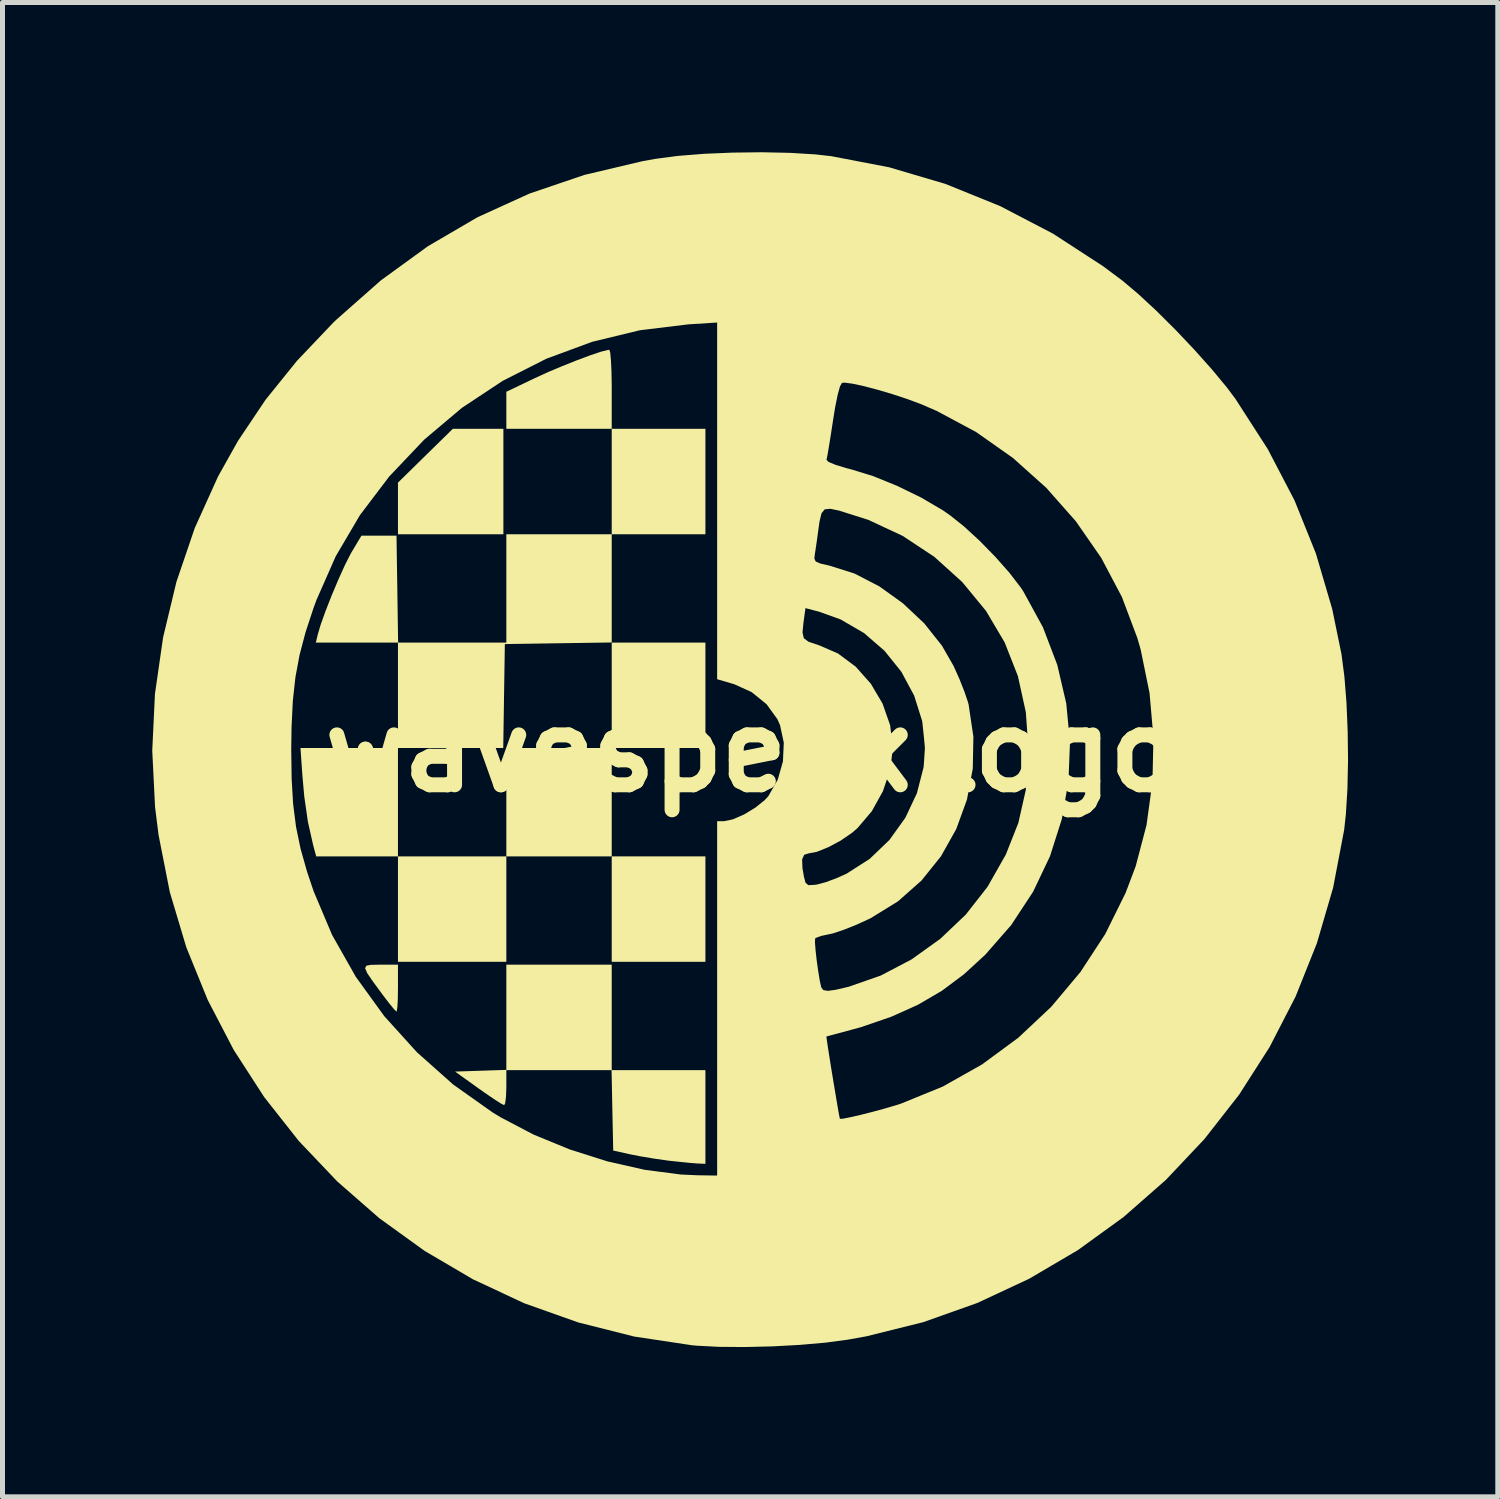
<source format=kicad_pcb>
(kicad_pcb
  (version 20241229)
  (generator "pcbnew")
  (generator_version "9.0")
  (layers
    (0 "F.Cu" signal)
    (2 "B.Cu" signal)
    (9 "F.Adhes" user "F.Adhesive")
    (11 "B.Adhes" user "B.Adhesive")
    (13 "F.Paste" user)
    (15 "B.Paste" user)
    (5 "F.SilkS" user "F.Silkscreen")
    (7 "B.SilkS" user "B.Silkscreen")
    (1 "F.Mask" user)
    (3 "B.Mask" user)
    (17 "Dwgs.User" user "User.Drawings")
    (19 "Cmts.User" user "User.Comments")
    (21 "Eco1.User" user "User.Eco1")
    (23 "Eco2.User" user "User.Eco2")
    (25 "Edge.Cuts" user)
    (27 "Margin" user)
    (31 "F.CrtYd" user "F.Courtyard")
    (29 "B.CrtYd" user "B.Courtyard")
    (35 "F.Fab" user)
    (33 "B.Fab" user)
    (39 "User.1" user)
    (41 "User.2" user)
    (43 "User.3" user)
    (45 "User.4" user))
  (footprint "wavespeakLogo"
    (layer "F.Cu")
    (at 12.02 11.993)
    (property "Reference" "wavespeakLogo" (at 0 0 0) (layer "F.SilkS") (effects (font (size 1.5 1.5) (thickness 0.3))))
    (attr board_only exclude_from_pos_files exclude_from_bom)
    (fp_poly (pts (xy -0.939 3.168) (xy -0.939 4.224) (xy -1.877 4.224) (xy -2.816 4.224) (xy -2.816 3.168) (xy -2.816 2.112) (xy -1.877 2.112) (xy -0.939 2.112)) (stroke (width 0) (type solid)) (fill yes) (layer "F.SilkS"))
    (fp_poly (pts (xy -4.986 -5.397) (xy -4.986 -4.341) (xy -6.042 -4.341) (xy -7.098 -4.341) (xy -7.098 -4.858) (xy -7.098 -5.375) (xy -6.549 -5.914) (xy -5.999 -6.453) (xy -5.493 -6.453) (xy -4.986 -6.453)) (stroke (width 0) (type solid)) (fill yes) (layer "F.SilkS"))
    (fp_poly (pts (xy -7.452 4.282) (xy -7.098 4.282) (xy -7.098 4.752) (xy -7.101 4.969) (xy -7.11 5.134) (xy -7.123 5.216) (xy -7.127 5.221) (xy -7.174 5.177) (xy -7.269 5.061) (xy -7.396 4.896) (xy -7.426 4.855) (xy -7.603 4.614) (xy -7.713 4.452) (xy -7.756 4.353) (xy -7.733 4.303) (xy -7.645 4.285) (xy -7.493 4.282)) (stroke (width 0) (type solid)) (fill yes) (layer "F.SilkS"))
    (fp_poly (pts (xy -2.846 -7.981) (xy -2.832 -7.83) (xy -2.821 -7.605) (xy -2.816 -7.326) (xy -2.816 -7.245) (xy -2.816 -6.453) (xy -3.872 -6.453) (xy -4.927 -6.453) (xy -4.927 -6.824) (xy -4.927 -7.195) (xy -4.356 -7.468) (xy -4.094 -7.588) (xy -3.807 -7.709) (xy -3.518 -7.824) (xy -3.253 -7.923) (xy -3.037 -7.996) (xy -2.893 -8.033) (xy -2.864 -8.036)) (stroke (width 0) (type solid)) (fill yes) (layer "F.SilkS"))
    (fp_poly (pts (xy -2.816 5.338) (xy -2.816 6.394) (xy -1.877 6.394) (xy -0.939 6.394) (xy -0.939 7.333) (xy -0.939 8.271) (xy -1.1 8.264) (xy -1.24 8.253) (xy -1.451 8.232) (xy -1.675 8.208) (xy -1.952 8.169) (xy -2.245 8.12) (xy -2.438 8.082) (xy -2.786 8.005) (xy -2.803 7.199) (xy -2.819 6.394) (xy -3.873 6.394) (xy -4.927 6.394) (xy -4.927 6.746) (xy -4.934 6.931) (xy -4.951 7.058) (xy -4.971 7.096) (xy -5.035 7.063) (xy -5.171 6.976) (xy -5.356 6.85) (xy -5.485 6.759) (xy -5.954 6.423) (xy -5.441 6.406) (xy -4.927 6.389) (xy -4.927 5.336) (xy -4.927 4.282) (xy -3.872 4.282) (xy -2.816 4.282)) (stroke (width 0) (type solid)) (fill yes) (layer "F.SilkS"))
    (fp_poly (pts (xy -0.939 -5.397) (xy -0.939 -4.341) (xy -1.877 -4.341) (xy -2.816 -4.341) (xy -2.816 -3.256) (xy -2.816 -2.173) (xy -3.886 -2.157) (xy -4.957 -2.141) (xy -4.973 -1.1) (xy -4.989 -0.059) (xy -6.043 -0.059) (xy -7.098 -0.059) (xy -7.098 1.027) (xy -7.098 2.112) (xy -6.013 2.112) (xy -4.927 2.112) (xy -4.927 1.027) (xy -4.927 -0.059) (xy -3.872 -0.059) (xy -2.816 -0.059) (xy -2.816 -1.116) (xy -2.816 -2.17) (xy -1.877 -2.17) (xy -0.939 -2.17) (xy -0.939 -1.115) (xy -0.939 -0.059) (xy -1.877 -0.059) (xy -2.816 -0.059) (xy -2.816 1.027) (xy -2.816 2.112) (xy -3.872 2.112) (xy -4.927 2.112) (xy -4.927 3.168) (xy -4.927 4.224) (xy -6.013 4.224) (xy -7.098 4.224) (xy -7.098 3.168) (xy -7.098 2.112) (xy -7.917 2.112) (xy -8.736 2.112) (xy -8.797 1.886) (xy -8.902 1.42) (xy -8.975 0.91) (xy -9.012 0.496) (xy -9.051 -0.059) (xy -8.074 -0.059) (xy -7.098 -0.059) (xy -7.098 -1.115) (xy -7.098 -2.17) (xy -7.92 -2.17) (xy -8.743 -2.17) (xy -8.705 -2.332) (xy -8.645 -2.533) (xy -8.547 -2.806) (xy -8.425 -3.117) (xy -8.292 -3.432) (xy -8.163 -3.718) (xy -8.051 -3.94) (xy -8.022 -3.99) (xy -7.83 -4.312) (xy -7.479 -4.312) (xy -7.127 -4.312) (xy -7.111 -3.241) (xy -7.095 -2.17) (xy -6.011 -2.17) (xy -4.927 -2.17) (xy -4.927 -3.256) (xy -4.927 -4.341) (xy -3.872 -4.341) (xy -2.816 -4.341) (xy -2.816 -5.397) (xy -2.816 -6.453) (xy -1.877 -6.453) (xy -0.939 -6.453)) (stroke (width 0) (type solid)) (fill yes) (layer "F.SilkS"))
    (fp_poly (pts (xy 0.758 -11.981) (xy 1.265 -11.95) (xy 1.584 -11.914) (xy 2.741 -11.692) (xy 3.871 -11.358) (xy 4.966 -10.914) (xy 6.021 -10.364) (xy 7.026 -9.711) (xy 7.421 -9.416) (xy 7.735 -9.151) (xy 8.095 -8.817) (xy 8.476 -8.438) (xy 8.853 -8.04) (xy 9.204 -7.647) (xy 9.505 -7.284) (xy 9.679 -7.052) (xy 10.326 -6.047) (xy 10.862 -5.019) (xy 11.29 -3.956) (xy 11.616 -2.848) (xy 11.803 -1.938) (xy 11.861 -1.491) (xy 11.903 -0.964) (xy 11.927 -0.391) (xy 11.934 0.194) (xy 11.922 0.758) (xy 11.891 1.265) (xy 11.856 1.584) (xy 11.635 2.741) (xy 11.309 3.855) (xy 10.883 4.921) (xy 10.362 5.933) (xy 9.752 6.886) (xy 9.057 7.775) (xy 8.284 8.594) (xy 7.437 9.337) (xy 6.523 9.999) (xy 5.545 10.574) (xy 4.511 11.057) (xy 3.424 11.443) (xy 2.291 11.725) (xy 1.91 11.794) (xy 1.466 11.853) (xy 0.95 11.898) (xy 0.398 11.928) (xy -0.154 11.941) (xy -0.67 11.937) (xy -1.115 11.914) (xy -1.203 11.906) (xy -2.365 11.731) (xy -3.488 11.448) (xy -4.566 11.065) (xy -5.592 10.586) (xy -6.563 10.016) (xy -7.472 9.36) (xy -8.314 8.624) (xy -9.084 7.814) (xy -9.777 6.935) (xy -10.387 5.991) (xy -10.909 4.988) (xy -11.338 3.933) (xy -11.668 2.829) (xy -11.894 1.682) (xy -11.964 1.123) (xy -12.02 -0.005) (xy -12.019 -0.029) (xy -9.236 -0.029) (xy -9.228 0.558) (xy -9.198 1.063) (xy -9.14 1.519) (xy -9.049 1.959) (xy -8.92 2.416) (xy -8.788 2.809) (xy -8.417 3.687) (xy -7.942 4.525) (xy -7.373 5.312) (xy -6.719 6.035) (xy -5.991 6.683) (xy -5.198 7.244) (xy -5.045 7.337) (xy -4.382 7.685) (xy -3.659 7.982) (xy -2.906 8.221) (xy -2.154 8.391) (xy -1.432 8.485) (xy -1.1 8.5) (xy -0.704 8.506) (xy -0.704 5.72) (xy 1.485 5.72) (xy 1.491 5.774) (xy 1.512 5.919) (xy 1.545 6.13) (xy 1.585 6.381) (xy 1.629 6.647) (xy 1.672 6.904) (xy 1.709 7.126) (xy 1.738 7.289) (xy 1.754 7.366) (xy 1.755 7.369) (xy 1.815 7.367) (xy 1.961 7.338) (xy 2.167 7.291) (xy 2.404 7.231) (xy 2.647 7.165) (xy 2.869 7.1) (xy 2.979 7.065) (xy 3.816 6.723) (xy 4.602 6.28) (xy 5.329 5.745) (xy 5.989 5.125) (xy 6.572 4.43) (xy 7.071 3.667) (xy 7.478 2.844) (xy 7.68 2.31) (xy 7.897 1.486) (xy 8.016 0.62) (xy 8.036 -0.269) (xy 7.958 -1.158) (xy 7.781 -2.027) (xy 7.715 -2.258) (xy 7.404 -3.084) (xy 6.99 -3.868) (xy 6.482 -4.6) (xy 5.889 -5.271) (xy 5.22 -5.87) (xy 4.486 -6.387) (xy 3.695 -6.811) (xy 3.385 -6.945) (xy 3.114 -7.046) (xy 2.816 -7.145) (xy 2.516 -7.234) (xy 2.239 -7.307) (xy 2.009 -7.357) (xy 1.85 -7.378) (xy 1.797 -7.373) (xy 1.757 -7.304) (xy 1.71 -7.134) (xy 1.659 -6.88) (xy 1.617 -6.62) (xy 1.574 -6.338) (xy 1.535 -6.097) (xy 1.505 -5.92) (xy 1.487 -5.834) (xy 1.486 -5.832) (xy 1.528 -5.789) (xy 1.666 -5.732) (xy 1.882 -5.666) (xy 1.977 -5.642) (xy 2.422 -5.505) (xy 2.906 -5.308) (xy 3.386 -5.074) (xy 3.815 -4.822) (xy 3.956 -4.725) (xy 4.243 -4.496) (xy 4.558 -4.206) (xy 4.872 -3.885) (xy 5.155 -3.564) (xy 5.379 -3.272) (xy 5.427 -3.2) (xy 5.822 -2.478) (xy 6.109 -1.726) (xy 6.289 -0.955) (xy 6.364 -0.176) (xy 6.334 0.602) (xy 6.2 1.368) (xy 5.963 2.111) (xy 5.625 2.821) (xy 5.187 3.487) (xy 4.668 4.081) (xy 4.24 4.474) (xy 3.797 4.805) (xy 3.318 5.085) (xy 2.783 5.325) (xy 2.172 5.535) (xy 1.485 5.72) (xy -0.704 5.72) (xy -0.704 4.957) (xy -0.704 2.173) (xy 0.998 2.173) (xy 1.005 2.348) (xy 1.035 2.521) (xy 1.067 2.642) (xy 1.123 2.688) (xy 1.242 2.683) (xy 1.304 2.674) (xy 1.479 2.627) (xy 1.704 2.542) (xy 1.893 2.456) (xy 2.352 2.162) (xy 2.747 1.783) (xy 3.066 1.339) (xy 3.298 0.846) (xy 3.432 0.324) (xy 3.461 -0.059) (xy 3.404 -0.596) (xy 3.242 -1.11) (xy 2.986 -1.586) (xy 2.647 -2.008) (xy 2.236 -2.363) (xy 1.766 -2.636) (xy 1.339 -2.789) (xy 1.065 -2.861) (xy 1.025 -2.569) (xy 1.006 -2.374) (xy 1.032 -2.258) (xy 1.127 -2.187) (xy 1.312 -2.126) (xy 1.32 -2.124) (xy 1.716 -1.953) (xy 2.073 -1.687) (xy 2.375 -1.346) (xy 2.609 -0.95) (xy 2.761 -0.516) (xy 2.816 -0.066) (xy 2.816 -0.058) (xy 2.763 0.373) (xy 2.617 0.806) (xy 2.394 1.208) (xy 2.109 1.544) (xy 2.002 1.637) (xy 1.772 1.795) (xy 1.524 1.928) (xy 1.295 2.02) (xy 1.129 2.052) (xy 1.039 2.08) (xy 0.998 2.173) (xy -0.704 2.173) (xy -0.704 1.408) (xy -0.569 1.408) (xy -0.388 1.37) (xy -0.164 1.272) (xy 0.062 1.135) (xy 0.251 0.983) (xy 0.322 0.905) (xy 0.51 0.576) (xy 0.614 0.209) (xy 0.631 -0.166) (xy 0.556 -0.516) (xy 0.503 -0.636) (xy 0.286 -0.936) (xy -0.012 -1.178) (xy -0.36 -1.336) (xy -0.364 -1.337) (xy -0.704 -1.437) (xy -0.704 -3.856) (xy 1.243 -3.856) (xy 1.27 -3.795) (xy 1.361 -3.755) (xy 1.542 -3.713) (xy 1.544 -3.713) (xy 2.047 -3.554) (xy 2.546 -3.296) (xy 3.018 -2.957) (xy 3.444 -2.556) (xy 3.799 -2.109) (xy 4.033 -1.701) (xy 4.148 -1.444) (xy 4.248 -1.192) (xy 4.318 -0.986) (xy 4.333 -0.932) (xy 4.429 -0.286) (xy 4.417 0.354) (xy 4.3 0.975) (xy 4.086 1.564) (xy 3.781 2.108) (xy 3.39 2.596) (xy 2.918 3.013) (xy 2.373 3.349) (xy 2.332 3.369) (xy 2.073 3.487) (xy 1.823 3.586) (xy 1.619 3.654) (xy 1.539 3.672) (xy 1.378 3.706) (xy 1.274 3.745) (xy 1.259 3.758) (xy 1.255 3.831) (xy 1.267 3.986) (xy 1.289 4.187) (xy 1.319 4.401) (xy 1.35 4.593) (xy 1.38 4.73) (xy 1.382 4.737) (xy 1.422 4.79) (xy 1.513 4.806) (xy 1.674 4.784) (xy 1.926 4.725) (xy 1.933 4.723) (xy 2.575 4.499) (xy 3.194 4.174) (xy 3.768 3.762) (xy 4.277 3.278) (xy 4.699 2.739) (xy 4.722 2.705) (xy 5.08 2.073) (xy 5.33 1.441) (xy 5.478 0.786) (xy 5.533 0.085) (xy 5.534 0) (xy 5.48 -0.774) (xy 5.321 -1.499) (xy 5.055 -2.175) (xy 4.682 -2.805) (xy 4.205 -3.384) (xy 3.646 -3.889) (xy 3.014 -4.307) (xy 2.322 -4.63) (xy 1.736 -4.815) (xy 1.561 -4.851) (xy 1.451 -4.84) (xy 1.387 -4.762) (xy 1.347 -4.598) (xy 1.324 -4.436) (xy 1.295 -4.221) (xy 1.266 -4.024) (xy 1.255 -3.958) (xy 1.243 -3.856) (xy -0.704 -3.856) (xy -0.704 -5.01) (xy -0.704 -8.582) (xy -1.276 -8.546) (xy -2.254 -8.427) (xy -3.207 -8.196) (xy -4.125 -7.857) (xy -4.998 -7.415) (xy -5.817 -6.873) (xy -6.571 -6.237) (xy -6.579 -6.229) (xy -7.272 -5.499) (xy -7.859 -4.725) (xy -8.344 -3.901) (xy -8.733 -3.018) (xy -8.792 -2.856) (xy -8.951 -2.372) (xy -9.069 -1.923) (xy -9.152 -1.478) (xy -9.204 -1.004) (xy -9.23 -0.47) (xy -9.236 -0.029) (xy -12.019 -0.029) (xy -11.966 -1.142) (xy -11.803 -2.274) (xy -11.536 -3.387) (xy -11.168 -4.467) (xy -10.701 -5.5) (xy -10.302 -6.212) (xy -9.751 -7.034) (xy -9.121 -7.815) (xy -8.395 -8.579) (xy -8.339 -8.633) (xy -7.441 -9.426) (xy -6.499 -10.11) (xy -5.507 -10.69) (xy -4.462 -11.166) (xy -3.36 -11.54) (xy -2.196 -11.815) (xy -1.938 -11.861) (xy -1.491 -11.92) (xy -0.964 -11.962) (xy -0.391 -11.986) (xy 0.194 -11.993)) (stroke (width 0) (type solid)) (fill yes) (layer "F.SilkS")))
  (gr_rect
    (start -3 -3)
    (end 26.954 26.934)
    (stroke (width 0.1) (type default))
    (fill no)
    (layer "Edge.Cuts")))
</source>
